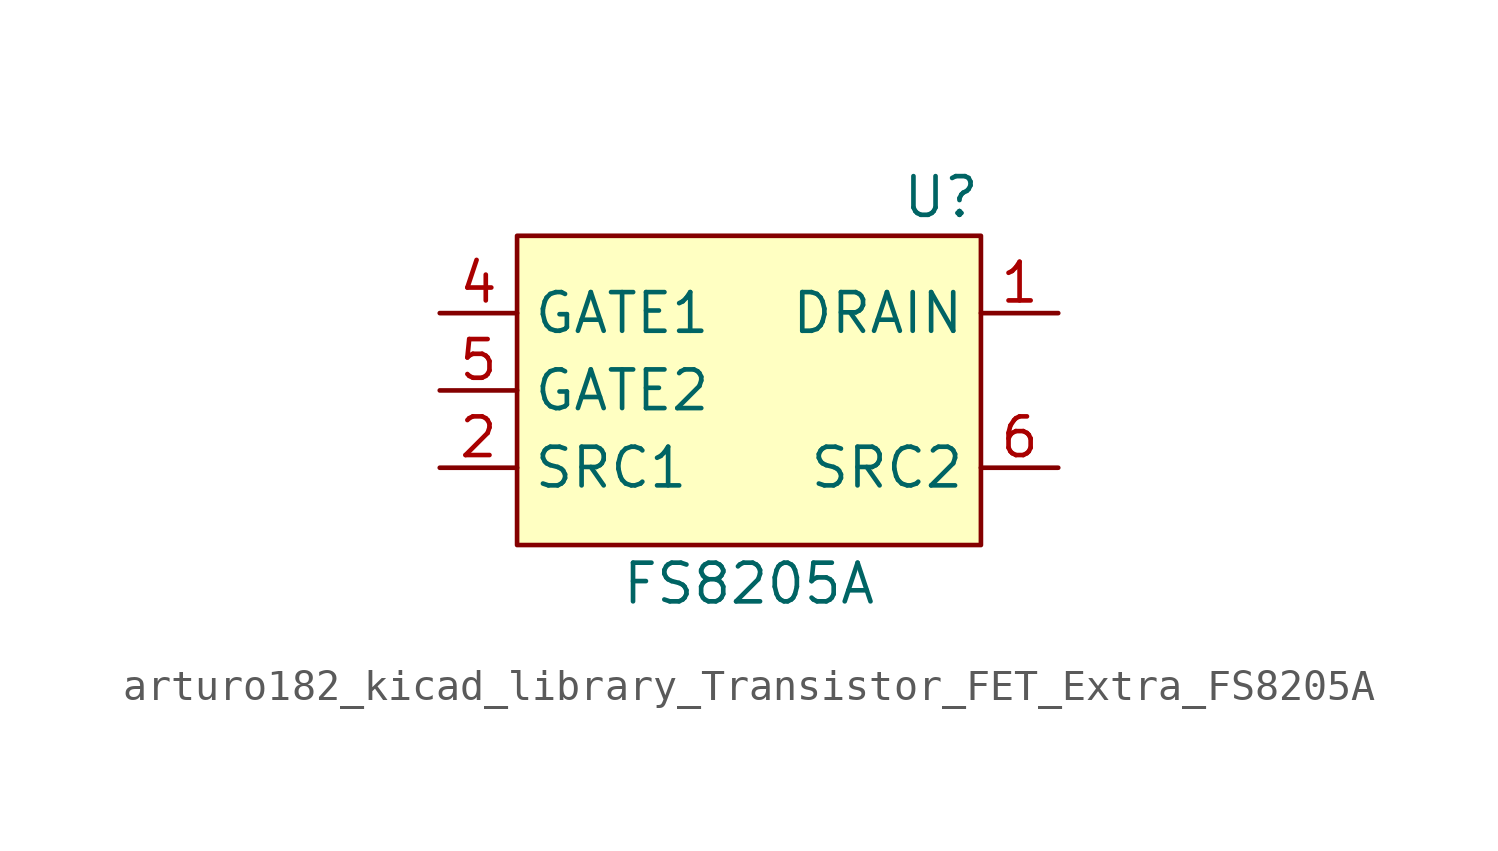
<source format=kicad_sym>
(kicad_symbol_lib
  (version 20220914)
  (generator kicad_symbol_editor)
  (symbol "Transistor_FET_Extra:arturo182_kicad_library_Transistor_FET_Extra_FS8205A"
    (property "Reference" "U"
      (at 7.62 6.35 0)
      (effects (font (size 1.27 1.27)) (justify right)))
    (property "Value" "FS8205A"
      (at 0 -6.35 0)
      (effects (font (size 1.27 1.27))))
    (symbol "arturo182_kicad_library_Transistor_FET_Extra_FS8205A_0_1"
      (rectangle (start -7.62 5.08) (end 7.62 -5.08) (stroke (width 0)) (fill (type background))))
    (symbol "arturo182_kicad_library_Transistor_FET_Extra_FS8205A_1_1"
      (pin output line (at 10.16 2.54 180) (length 2.54) (name "DRAIN" (effects (font (size 1.27 1.27)))) (number "1" (effects (font (size 1.27 1.27)))))
      (pin input line (at -10.16 -2.54 0) (length 2.54) (name "SRC1" (effects (font (size 1.27 1.27)))) (number "2" (effects (font (size 1.27 1.27)))))
      (pin passive line (at -10.16 -2.54 0) (length 2.54) hide (name "SRC1" (effects (font (size 1.27 1.27)))) (number "3" (effects (font (size 1.27 1.27)))))
      (pin input line (at -10.16 2.54 0) (length 2.54) (name "GATE1" (effects (font (size 1.27 1.27)))) (number "4" (effects (font (size 1.27 1.27)))))
      (pin input line (at -10.16 0 0) (length 2.54) (name "GATE2" (effects (font (size 1.27 1.27)))) (number "5" (effects (font (size 1.27 1.27)))))
      (pin input line (at 10.16 -2.54 180) (length 2.54) (name "SRC2" (effects (font (size 1.27 1.27)))) (number "6" (effects (font (size 1.27 1.27)))))
      (pin passive line (at 10.16 -2.54 180) (length 2.54) hide (name "SRC2" (effects (font (size 1.27 1.27)))) (number "7" (effects (font (size 1.27 1.27)))))
      (pin passive line (at 10.16 2.54 180) (length 2.54) hide (name "DRAIN" (effects (font (size 1.27 1.27)))) (number "8" (effects (font (size 1.27 1.27))))))))
</source>
